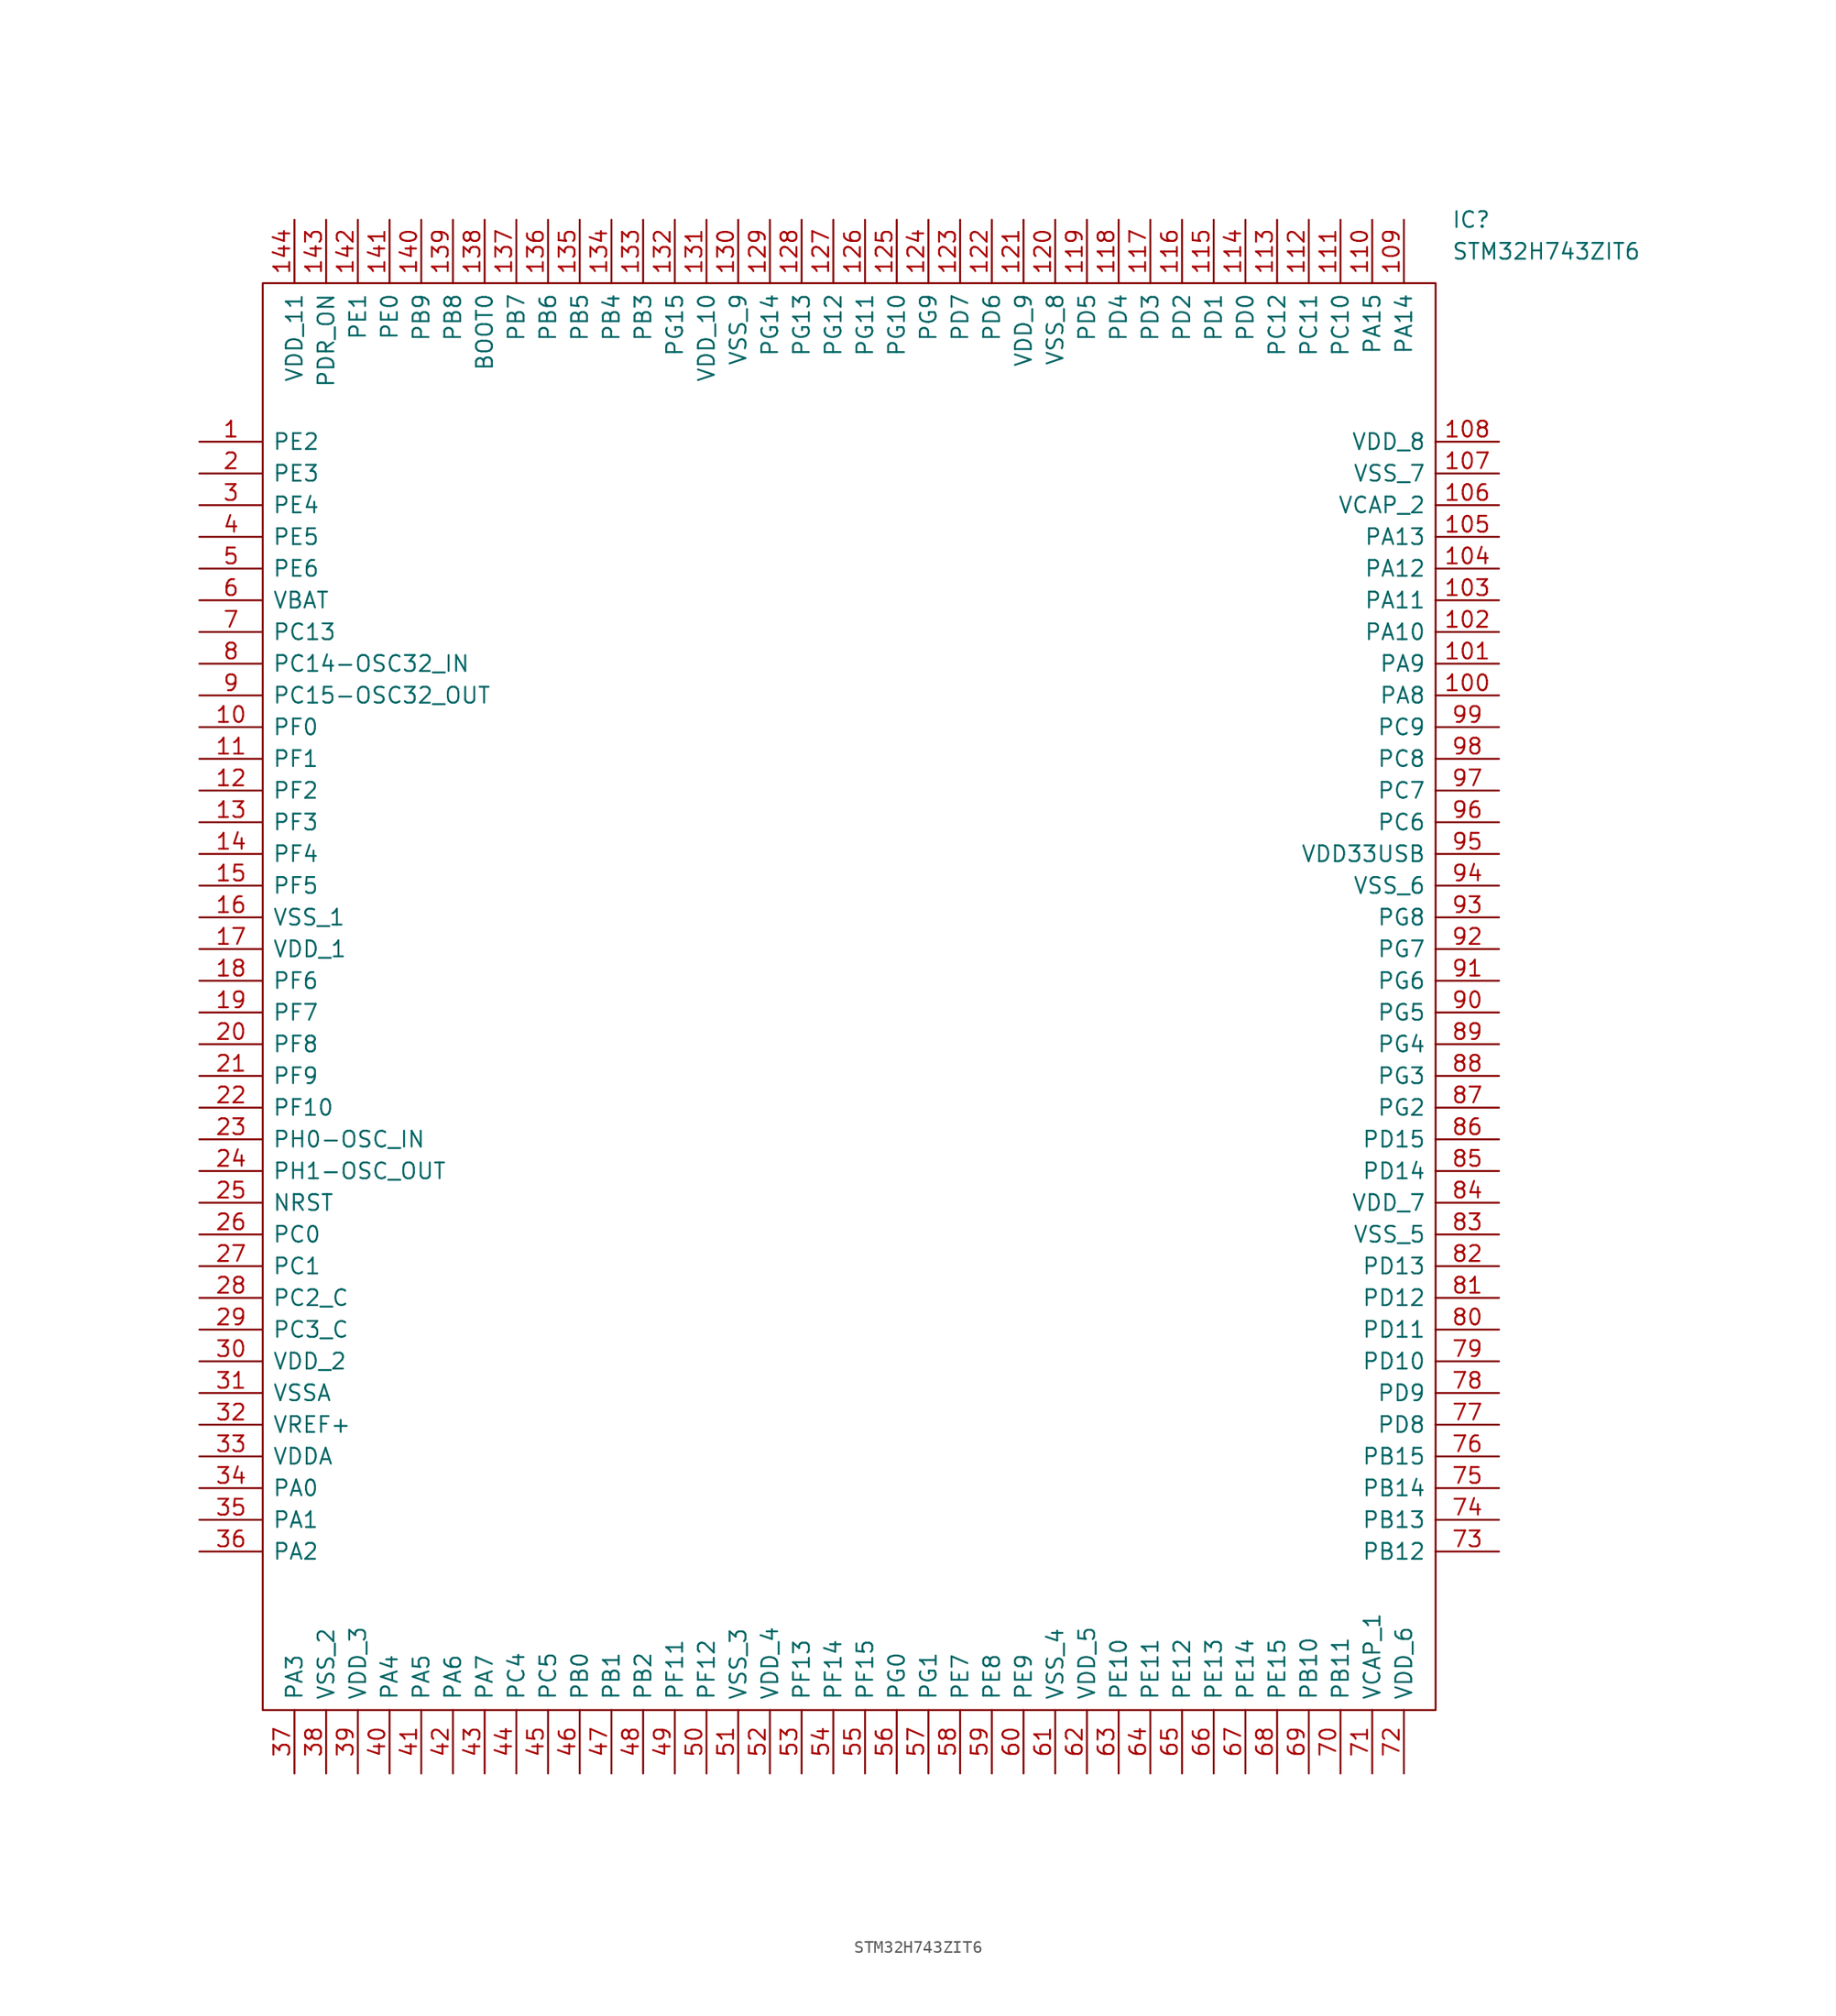
<source format=kicad_sym>
(kicad_symbol_lib
  (version 20241209)
  (generator "kicad_symbol_editor")
  (generator_version "9.0")
  (symbol "STM32H743ZIT6"
    (pin_names
      (offset 0.762))
    (property "Reference" "IC"
      (at 100.33 17.78 0)
      (effects (font (size 1.27 1.27)) (justify left)))
    (property "Value" "STM32H743ZIT6"
      (at 100.33 15.24 0)
      (effects (font (size 1.27 1.27)) (justify left)))
    (symbol "STM32H743ZIT6_0_0"
      (pin power_in line (at 0 0 0) (length 5.08) (name "PE2" (effects (font (size 1.27 1.27)))) (number "1" (effects (font (size 1.27 1.27)))))
      (pin passive line (at 0 -2.54 0) (length 5.08) (name "PE3" (effects (font (size 1.27 1.27)))) (number "2" (effects (font (size 1.27 1.27)))))
      (pin passive line (at 0 -5.08 0) (length 5.08) (name "PE4" (effects (font (size 1.27 1.27)))) (number "3" (effects (font (size 1.27 1.27)))))
      (pin passive line (at 0 -7.62 0) (length 5.08) (name "PE5" (effects (font (size 1.27 1.27)))) (number "4" (effects (font (size 1.27 1.27)))))
      (pin passive line (at 0 -10.16 0) (length 5.08) (name "PE6" (effects (font (size 1.27 1.27)))) (number "5" (effects (font (size 1.27 1.27)))))
      (pin passive line (at 0 -12.7 0) (length 5.08) (name "VBAT" (effects (font (size 1.27 1.27)))) (number "6" (effects (font (size 1.27 1.27)))))
      (pin passive line (at 0 -15.24 0) (length 5.08) (name "PC13" (effects (font (size 1.27 1.27)))) (number "7" (effects (font (size 1.27 1.27)))))
      (pin passive line (at 0 -17.78 0) (length 5.08) (name "PC14-OSC32_IN" (effects (font (size 1.27 1.27)))) (number "8" (effects (font (size 1.27 1.27)))))
      (pin passive line (at 0 -20.32 0) (length 5.08) (name "PC15-OSC32_OUT" (effects (font (size 1.27 1.27)))) (number "9" (effects (font (size 1.27 1.27)))))
      (pin passive line (at 0 -22.86 0) (length 5.08) (name "PF0" (effects (font (size 1.27 1.27)))) (number "10" (effects (font (size 1.27 1.27)))))
      (pin passive line (at 0 -25.4 0) (length 5.08) (name "PF1" (effects (font (size 1.27 1.27)))) (number "11" (effects (font (size 1.27 1.27)))))
      (pin passive line (at 0 -27.94 0) (length 5.08) (name "PF2" (effects (font (size 1.27 1.27)))) (number "12" (effects (font (size 1.27 1.27)))))
      (pin passive line (at 0 -30.48 0) (length 5.08) (name "PF3" (effects (font (size 1.27 1.27)))) (number "13" (effects (font (size 1.27 1.27)))))
      (pin passive line (at 0 -33.02 0) (length 5.08) (name "PF4" (effects (font (size 1.27 1.27)))) (number "14" (effects (font (size 1.27 1.27)))))
      (pin passive line (at 0 -35.56 0) (length 5.08) (name "PF5" (effects (font (size 1.27 1.27)))) (number "15" (effects (font (size 1.27 1.27)))))
      (pin passive line (at 0 -38.1 0) (length 5.08) (name "VSS_1" (effects (font (size 1.27 1.27)))) (number "16" (effects (font (size 1.27 1.27)))))
      (pin passive line (at 0 -40.64 0) (length 5.08) (name "VDD_1" (effects (font (size 1.27 1.27)))) (number "17" (effects (font (size 1.27 1.27)))))
      (pin passive line (at 0 -43.18 0) (length 5.08) (name "PF6" (effects (font (size 1.27 1.27)))) (number "18" (effects (font (size 1.27 1.27)))))
      (pin passive line (at 0 -45.72 0) (length 5.08) (name "PF7" (effects (font (size 1.27 1.27)))) (number "19" (effects (font (size 1.27 1.27)))))
      (pin passive line (at 0 -48.26 0) (length 5.08) (name "PF8" (effects (font (size 1.27 1.27)))) (number "20" (effects (font (size 1.27 1.27)))))
      (pin passive line (at 0 -50.8 0) (length 5.08) (name "PF9" (effects (font (size 1.27 1.27)))) (number "21" (effects (font (size 1.27 1.27)))))
      (pin passive line (at 0 -53.34 0) (length 5.08) (name "PF10" (effects (font (size 1.27 1.27)))) (number "22" (effects (font (size 1.27 1.27)))))
      (pin passive line (at 0 -55.88 0) (length 5.08) (name "PH0-OSC_IN" (effects (font (size 1.27 1.27)))) (number "23" (effects (font (size 1.27 1.27)))))
      (pin passive line (at 0 -58.42 0) (length 5.08) (name "PH1-OSC_OUT" (effects (font (size 1.27 1.27)))) (number "24" (effects (font (size 1.27 1.27)))))
      (pin passive line (at 0 -60.96 0) (length 5.08) (name "NRST" (effects (font (size 1.27 1.27)))) (number "25" (effects (font (size 1.27 1.27)))))
      (pin passive line (at 0 -63.5 0) (length 5.08) (name "PC0" (effects (font (size 1.27 1.27)))) (number "26" (effects (font (size 1.27 1.27)))))
      (pin passive line (at 0 -66.04 0) (length 5.08) (name "PC1" (effects (font (size 1.27 1.27)))) (number "27" (effects (font (size 1.27 1.27)))))
      (pin passive line (at 0 -68.58 0) (length 5.08) (name "PC2_C" (effects (font (size 1.27 1.27)))) (number "28" (effects (font (size 1.27 1.27)))))
      (pin passive line (at 0 -71.12 0) (length 5.08) (name "PC3_C" (effects (font (size 1.27 1.27)))) (number "29" (effects (font (size 1.27 1.27)))))
      (pin passive line (at 0 -73.66 0) (length 5.08) (name "VDD_2" (effects (font (size 1.27 1.27)))) (number "30" (effects (font (size 1.27 1.27)))))
      (pin passive line (at 0 -76.2 0) (length 5.08) (name "VSSA" (effects (font (size 1.27 1.27)))) (number "31" (effects (font (size 1.27 1.27)))))
      (pin passive line (at 0 -78.74 0) (length 5.08) (name "VREF+" (effects (font (size 1.27 1.27)))) (number "32" (effects (font (size 1.27 1.27)))))
      (pin passive line (at 0 -81.28 0) (length 5.08) (name "VDDA" (effects (font (size 1.27 1.27)))) (number "33" (effects (font (size 1.27 1.27)))))
      (pin passive line (at 0 -83.82 0) (length 5.08) (name "PA0" (effects (font (size 1.27 1.27)))) (number "34" (effects (font (size 1.27 1.27)))))
      (pin passive line (at 0 -86.36 0) (length 5.08) (name "PA1" (effects (font (size 1.27 1.27)))) (number "35" (effects (font (size 1.27 1.27)))))
      (pin passive line (at 0 -88.9 0) (length 5.08) (name "PA2" (effects (font (size 1.27 1.27)))) (number "36" (effects (font (size 1.27 1.27)))))
      (pin passive line (at 7.62 17.78 270) (length 5.08) (name "VDD_11" (effects (font (size 1.27 1.27)))) (number "144" (effects (font (size 1.27 1.27)))))
      (pin passive line (at 7.62 -106.68 90) (length 5.08) (name "PA3" (effects (font (size 1.27 1.27)))) (number "37" (effects (font (size 1.27 1.27)))))
      (pin passive line (at 10.16 17.78 270) (length 5.08) (name "PDR_ON" (effects (font (size 1.27 1.27)))) (number "143" (effects (font (size 1.27 1.27)))))
      (pin passive line (at 10.16 -106.68 90) (length 5.08) (name "VSS_2" (effects (font (size 1.27 1.27)))) (number "38" (effects (font (size 1.27 1.27)))))
      (pin passive line (at 12.7 17.78 270) (length 5.08) (name "PE1" (effects (font (size 1.27 1.27)))) (number "142" (effects (font (size 1.27 1.27)))))
      (pin passive line (at 12.7 -106.68 90) (length 5.08) (name "VDD_3" (effects (font (size 1.27 1.27)))) (number "39" (effects (font (size 1.27 1.27)))))
      (pin passive line (at 15.24 17.78 270) (length 5.08) (name "PE0" (effects (font (size 1.27 1.27)))) (number "141" (effects (font (size 1.27 1.27)))))
      (pin passive line (at 15.24 -106.68 90) (length 5.08) (name "PA4" (effects (font (size 1.27 1.27)))) (number "40" (effects (font (size 1.27 1.27)))))
      (pin passive line (at 17.78 17.78 270) (length 5.08) (name "PB9" (effects (font (size 1.27 1.27)))) (number "140" (effects (font (size 1.27 1.27)))))
      (pin passive line (at 17.78 -106.68 90) (length 5.08) (name "PA5" (effects (font (size 1.27 1.27)))) (number "41" (effects (font (size 1.27 1.27)))))
      (pin passive line (at 20.32 17.78 270) (length 5.08) (name "PB8" (effects (font (size 1.27 1.27)))) (number "139" (effects (font (size 1.27 1.27)))))
      (pin passive line (at 20.32 -106.68 90) (length 5.08) (name "PA6" (effects (font (size 1.27 1.27)))) (number "42" (effects (font (size 1.27 1.27)))))
      (pin passive line (at 22.86 17.78 270) (length 5.08) (name "BOOT0" (effects (font (size 1.27 1.27)))) (number "138" (effects (font (size 1.27 1.27)))))
      (pin passive line (at 22.86 -106.68 90) (length 5.08) (name "PA7" (effects (font (size 1.27 1.27)))) (number "43" (effects (font (size 1.27 1.27)))))
      (pin passive line (at 25.4 17.78 270) (length 5.08) (name "PB7" (effects (font (size 1.27 1.27)))) (number "137" (effects (font (size 1.27 1.27)))))
      (pin passive line (at 25.4 -106.68 90) (length 5.08) (name "PC4" (effects (font (size 1.27 1.27)))) (number "44" (effects (font (size 1.27 1.27)))))
      (pin passive line (at 27.94 17.78 270) (length 5.08) (name "PB6" (effects (font (size 1.27 1.27)))) (number "136" (effects (font (size 1.27 1.27)))))
      (pin passive line (at 27.94 -106.68 90) (length 5.08) (name "PC5" (effects (font (size 1.27 1.27)))) (number "45" (effects (font (size 1.27 1.27)))))
      (pin passive line (at 30.48 17.78 270) (length 5.08) (name "PB5" (effects (font (size 1.27 1.27)))) (number "135" (effects (font (size 1.27 1.27)))))
      (pin passive line (at 30.48 -106.68 90) (length 5.08) (name "PB0" (effects (font (size 1.27 1.27)))) (number "46" (effects (font (size 1.27 1.27)))))
      (pin passive line (at 33.02 17.78 270) (length 5.08) (name "PB4" (effects (font (size 1.27 1.27)))) (number "134" (effects (font (size 1.27 1.27)))))
      (pin passive line (at 33.02 -106.68 90) (length 5.08) (name "PB1" (effects (font (size 1.27 1.27)))) (number "47" (effects (font (size 1.27 1.27)))))
      (pin passive line (at 35.56 17.78 270) (length 5.08) (name "PB3" (effects (font (size 1.27 1.27)))) (number "133" (effects (font (size 1.27 1.27)))))
      (pin passive line (at 35.56 -106.68 90) (length 5.08) (name "PB2" (effects (font (size 1.27 1.27)))) (number "48" (effects (font (size 1.27 1.27)))))
      (pin passive line (at 38.1 17.78 270) (length 5.08) (name "PG15" (effects (font (size 1.27 1.27)))) (number "132" (effects (font (size 1.27 1.27)))))
      (pin passive line (at 38.1 -106.68 90) (length 5.08) (name "PF11" (effects (font (size 1.27 1.27)))) (number "49" (effects (font (size 1.27 1.27)))))
      (pin passive line (at 40.64 17.78 270) (length 5.08) (name "VDD_10" (effects (font (size 1.27 1.27)))) (number "131" (effects (font (size 1.27 1.27)))))
      (pin passive line (at 40.64 -106.68 90) (length 5.08) (name "PF12" (effects (font (size 1.27 1.27)))) (number "50" (effects (font (size 1.27 1.27)))))
      (pin passive line (at 43.18 17.78 270) (length 5.08) (name "VSS_9" (effects (font (size 1.27 1.27)))) (number "130" (effects (font (size 1.27 1.27)))))
      (pin passive line (at 43.18 -106.68 90) (length 5.08) (name "VSS_3" (effects (font (size 1.27 1.27)))) (number "51" (effects (font (size 1.27 1.27)))))
      (pin passive line (at 45.72 17.78 270) (length 5.08) (name "PG14" (effects (font (size 1.27 1.27)))) (number "129" (effects (font (size 1.27 1.27)))))
      (pin passive line (at 45.72 -106.68 90) (length 5.08) (name "VDD_4" (effects (font (size 1.27 1.27)))) (number "52" (effects (font (size 1.27 1.27)))))
      (pin passive line (at 48.26 17.78 270) (length 5.08) (name "PG13" (effects (font (size 1.27 1.27)))) (number "128" (effects (font (size 1.27 1.27)))))
      (pin passive line (at 48.26 -106.68 90) (length 5.08) (name "PF13" (effects (font (size 1.27 1.27)))) (number "53" (effects (font (size 1.27 1.27)))))
      (pin passive line (at 50.8 17.78 270) (length 5.08) (name "PG12" (effects (font (size 1.27 1.27)))) (number "127" (effects (font (size 1.27 1.27)))))
      (pin passive line (at 50.8 -106.68 90) (length 5.08) (name "PF14" (effects (font (size 1.27 1.27)))) (number "54" (effects (font (size 1.27 1.27)))))
      (pin passive line (at 53.34 17.78 270) (length 5.08) (name "PG11" (effects (font (size 1.27 1.27)))) (number "126" (effects (font (size 1.27 1.27)))))
      (pin passive line (at 53.34 -106.68 90) (length 5.08) (name "PF15" (effects (font (size 1.27 1.27)))) (number "55" (effects (font (size 1.27 1.27)))))
      (pin passive line (at 55.88 17.78 270) (length 5.08) (name "PG10" (effects (font (size 1.27 1.27)))) (number "125" (effects (font (size 1.27 1.27)))))
      (pin passive line (at 55.88 -106.68 90) (length 5.08) (name "PG0" (effects (font (size 1.27 1.27)))) (number "56" (effects (font (size 1.27 1.27)))))
      (pin passive line (at 58.42 17.78 270) (length 5.08) (name "PG9" (effects (font (size 1.27 1.27)))) (number "124" (effects (font (size 1.27 1.27)))))
      (pin passive line (at 58.42 -106.68 90) (length 5.08) (name "PG1" (effects (font (size 1.27 1.27)))) (number "57" (effects (font (size 1.27 1.27)))))
      (pin passive line (at 60.96 17.78 270) (length 5.08) (name "PD7" (effects (font (size 1.27 1.27)))) (number "123" (effects (font (size 1.27 1.27)))))
      (pin passive line (at 60.96 -106.68 90) (length 5.08) (name "PE7" (effects (font (size 1.27 1.27)))) (number "58" (effects (font (size 1.27 1.27)))))
      (pin passive line (at 63.5 17.78 270) (length 5.08) (name "PD6" (effects (font (size 1.27 1.27)))) (number "122" (effects (font (size 1.27 1.27)))))
      (pin passive line (at 63.5 -106.68 90) (length 5.08) (name "PE8" (effects (font (size 1.27 1.27)))) (number "59" (effects (font (size 1.27 1.27)))))
      (pin passive line (at 66.04 17.78 270) (length 5.08) (name "VDD_9" (effects (font (size 1.27 1.27)))) (number "121" (effects (font (size 1.27 1.27)))))
      (pin passive line (at 66.04 -106.68 90) (length 5.08) (name "PE9" (effects (font (size 1.27 1.27)))) (number "60" (effects (font (size 1.27 1.27)))))
      (pin passive line (at 68.58 17.78 270) (length 5.08) (name "VSS_8" (effects (font (size 1.27 1.27)))) (number "120" (effects (font (size 1.27 1.27)))))
      (pin passive line (at 68.58 -106.68 90) (length 5.08) (name "VSS_4" (effects (font (size 1.27 1.27)))) (number "61" (effects (font (size 1.27 1.27)))))
      (pin passive line (at 71.12 17.78 270) (length 5.08) (name "PD5" (effects (font (size 1.27 1.27)))) (number "119" (effects (font (size 1.27 1.27)))))
      (pin passive line (at 71.12 -106.68 90) (length 5.08) (name "VDD_5" (effects (font (size 1.27 1.27)))) (number "62" (effects (font (size 1.27 1.27)))))
      (pin passive line (at 73.66 17.78 270) (length 5.08) (name "PD4" (effects (font (size 1.27 1.27)))) (number "118" (effects (font (size 1.27 1.27)))))
      (pin passive line (at 73.66 -106.68 90) (length 5.08) (name "PE10" (effects (font (size 1.27 1.27)))) (number "63" (effects (font (size 1.27 1.27)))))
      (pin passive line (at 76.2 17.78 270) (length 5.08) (name "PD3" (effects (font (size 1.27 1.27)))) (number "117" (effects (font (size 1.27 1.27)))))
      (pin passive line (at 76.2 -106.68 90) (length 5.08) (name "PE11" (effects (font (size 1.27 1.27)))) (number "64" (effects (font (size 1.27 1.27)))))
      (pin passive line (at 78.74 17.78 270) (length 5.08) (name "PD2" (effects (font (size 1.27 1.27)))) (number "116" (effects (font (size 1.27 1.27)))))
      (pin passive line (at 78.74 -106.68 90) (length 5.08) (name "PE12" (effects (font (size 1.27 1.27)))) (number "65" (effects (font (size 1.27 1.27)))))
      (pin passive line (at 81.28 17.78 270) (length 5.08) (name "PD1" (effects (font (size 1.27 1.27)))) (number "115" (effects (font (size 1.27 1.27)))))
      (pin passive line (at 81.28 -106.68 90) (length 5.08) (name "PE13" (effects (font (size 1.27 1.27)))) (number "66" (effects (font (size 1.27 1.27)))))
      (pin passive line (at 83.82 17.78 270) (length 5.08) (name "PD0" (effects (font (size 1.27 1.27)))) (number "114" (effects (font (size 1.27 1.27)))))
      (pin passive line (at 83.82 -106.68 90) (length 5.08) (name "PE14" (effects (font (size 1.27 1.27)))) (number "67" (effects (font (size 1.27 1.27)))))
      (pin passive line (at 86.36 17.78 270) (length 5.08) (name "PC12" (effects (font (size 1.27 1.27)))) (number "113" (effects (font (size 1.27 1.27)))))
      (pin passive line (at 86.36 -106.68 90) (length 5.08) (name "PE15" (effects (font (size 1.27 1.27)))) (number "68" (effects (font (size 1.27 1.27)))))
      (pin passive line (at 88.9 17.78 270) (length 5.08) (name "PC11" (effects (font (size 1.27 1.27)))) (number "112" (effects (font (size 1.27 1.27)))))
      (pin passive line (at 88.9 -106.68 90) (length 5.08) (name "PB10" (effects (font (size 1.27 1.27)))) (number "69" (effects (font (size 1.27 1.27)))))
      (pin passive line (at 91.44 17.78 270) (length 5.08) (name "PC10" (effects (font (size 1.27 1.27)))) (number "111" (effects (font (size 1.27 1.27)))))
      (pin passive line (at 91.44 -106.68 90) (length 5.08) (name "PB11" (effects (font (size 1.27 1.27)))) (number "70" (effects (font (size 1.27 1.27)))))
      (pin passive line (at 93.98 17.78 270) (length 5.08) (name "PA15" (effects (font (size 1.27 1.27)))) (number "110" (effects (font (size 1.27 1.27)))))
      (pin passive line (at 93.98 -106.68 90) (length 5.08) (name "VCAP_1" (effects (font (size 1.27 1.27)))) (number "71" (effects (font (size 1.27 1.27)))))
      (pin passive line (at 96.52 17.78 270) (length 5.08) (name "PA14" (effects (font (size 1.27 1.27)))) (number "109" (effects (font (size 1.27 1.27)))))
      (pin passive line (at 96.52 -106.68 90) (length 5.08) (name "VDD_6" (effects (font (size 1.27 1.27)))) (number "72" (effects (font (size 1.27 1.27)))))
      (pin passive line (at 104.14 0 180) (length 5.08) (name "VDD_8" (effects (font (size 1.27 1.27)))) (number "108" (effects (font (size 1.27 1.27)))))
      (pin passive line (at 104.14 -2.54 180) (length 5.08) (name "VSS_7" (effects (font (size 1.27 1.27)))) (number "107" (effects (font (size 1.27 1.27)))))
      (pin passive line (at 104.14 -5.08 180) (length 5.08) (name "VCAP_2" (effects (font (size 1.27 1.27)))) (number "106" (effects (font (size 1.27 1.27)))))
      (pin passive line (at 104.14 -7.62 180) (length 5.08) (name "PA13" (effects (font (size 1.27 1.27)))) (number "105" (effects (font (size 1.27 1.27)))))
      (pin passive line (at 104.14 -10.16 180) (length 5.08) (name "PA12" (effects (font (size 1.27 1.27)))) (number "104" (effects (font (size 1.27 1.27)))))
      (pin passive line (at 104.14 -12.7 180) (length 5.08) (name "PA11" (effects (font (size 1.27 1.27)))) (number "103" (effects (font (size 1.27 1.27)))))
      (pin passive line (at 104.14 -15.24 180) (length 5.08) (name "PA10" (effects (font (size 1.27 1.27)))) (number "102" (effects (font (size 1.27 1.27)))))
      (pin passive line (at 104.14 -17.78 180) (length 5.08) (name "PA9" (effects (font (size 1.27 1.27)))) (number "101" (effects (font (size 1.27 1.27)))))
      (pin passive line (at 104.14 -20.32 180) (length 5.08) (name "PA8" (effects (font (size 1.27 1.27)))) (number "100" (effects (font (size 1.27 1.27)))))
      (pin passive line (at 104.14 -22.86 180) (length 5.08) (name "PC9" (effects (font (size 1.27 1.27)))) (number "99" (effects (font (size 1.27 1.27)))))
      (pin passive line (at 104.14 -25.4 180) (length 5.08) (name "PC8" (effects (font (size 1.27 1.27)))) (number "98" (effects (font (size 1.27 1.27)))))
      (pin passive line (at 104.14 -27.94 180) (length 5.08) (name "PC7" (effects (font (size 1.27 1.27)))) (number "97" (effects (font (size 1.27 1.27)))))
      (pin passive line (at 104.14 -30.48 180) (length 5.08) (name "PC6" (effects (font (size 1.27 1.27)))) (number "96" (effects (font (size 1.27 1.27)))))
      (pin passive line (at 104.14 -33.02 180) (length 5.08) (name "VDD33USB" (effects (font (size 1.27 1.27)))) (number "95" (effects (font (size 1.27 1.27)))))
      (pin passive line (at 104.14 -35.56 180) (length 5.08) (name "VSS_6" (effects (font (size 1.27 1.27)))) (number "94" (effects (font (size 1.27 1.27)))))
      (pin passive line (at 104.14 -38.1 180) (length 5.08) (name "PG8" (effects (font (size 1.27 1.27)))) (number "93" (effects (font (size 1.27 1.27)))))
      (pin passive line (at 104.14 -40.64 180) (length 5.08) (name "PG7" (effects (font (size 1.27 1.27)))) (number "92" (effects (font (size 1.27 1.27)))))
      (pin passive line (at 104.14 -43.18 180) (length 5.08) (name "PG6" (effects (font (size 1.27 1.27)))) (number "91" (effects (font (size 1.27 1.27)))))
      (pin passive line (at 104.14 -45.72 180) (length 5.08) (name "PG5" (effects (font (size 1.27 1.27)))) (number "90" (effects (font (size 1.27 1.27)))))
      (pin passive line (at 104.14 -48.26 180) (length 5.08) (name "PG4" (effects (font (size 1.27 1.27)))) (number "89" (effects (font (size 1.27 1.27)))))
      (pin passive line (at 104.14 -50.8 180) (length 5.08) (name "PG3" (effects (font (size 1.27 1.27)))) (number "88" (effects (font (size 1.27 1.27)))))
      (pin passive line (at 104.14 -53.34 180) (length 5.08) (name "PG2" (effects (font (size 1.27 1.27)))) (number "87" (effects (font (size 1.27 1.27)))))
      (pin passive line (at 104.14 -55.88 180) (length 5.08) (name "PD15" (effects (font (size 1.27 1.27)))) (number "86" (effects (font (size 1.27 1.27)))))
      (pin passive line (at 104.14 -58.42 180) (length 5.08) (name "PD14" (effects (font (size 1.27 1.27)))) (number "85" (effects (font (size 1.27 1.27)))))
      (pin passive line (at 104.14 -60.96 180) (length 5.08) (name "VDD_7" (effects (font (size 1.27 1.27)))) (number "84" (effects (font (size 1.27 1.27)))))
      (pin passive line (at 104.14 -63.5 180) (length 5.08) (name "VSS_5" (effects (font (size 1.27 1.27)))) (number "83" (effects (font (size 1.27 1.27)))))
      (pin passive line (at 104.14 -66.04 180) (length 5.08) (name "PD13" (effects (font (size 1.27 1.27)))) (number "82" (effects (font (size 1.27 1.27)))))
      (pin passive line (at 104.14 -68.58 180) (length 5.08) (name "PD12" (effects (font (size 1.27 1.27)))) (number "81" (effects (font (size 1.27 1.27)))))
      (pin passive line (at 104.14 -71.12 180) (length 5.08) (name "PD11" (effects (font (size 1.27 1.27)))) (number "80" (effects (font (size 1.27 1.27)))))
      (pin passive line (at 104.14 -73.66 180) (length 5.08) (name "PD10" (effects (font (size 1.27 1.27)))) (number "79" (effects (font (size 1.27 1.27)))))
      (pin passive line (at 104.14 -76.2 180) (length 5.08) (name "PD9" (effects (font (size 1.27 1.27)))) (number "78" (effects (font (size 1.27 1.27)))))
      (pin passive line (at 104.14 -78.74 180) (length 5.08) (name "PD8" (effects (font (size 1.27 1.27)))) (number "77" (effects (font (size 1.27 1.27)))))
      (pin passive line (at 104.14 -81.28 180) (length 5.08) (name "PB15" (effects (font (size 1.27 1.27)))) (number "76" (effects (font (size 1.27 1.27)))))
      (pin passive line (at 104.14 -83.82 180) (length 5.08) (name "PB14" (effects (font (size 1.27 1.27)))) (number "75" (effects (font (size 1.27 1.27)))))
      (pin passive line (at 104.14 -86.36 180) (length 5.08) (name "PB13" (effects (font (size 1.27 1.27)))) (number "74" (effects (font (size 1.27 1.27)))))
      (pin passive line (at 104.14 -88.9 180) (length 5.08) (name "PB12" (effects (font (size 1.27 1.27)))) (number "73" (effects (font (size 1.27 1.27))))))
    (symbol "STM32H743ZIT6_0_1"
      (polyline (pts (xy 5.08 12.7) (xy 99.06 12.7) (xy 99.06 -101.6) (xy 5.08 -101.6) (xy 5.08 12.7)) (stroke (width 0.152) (type solid)) (fill (type none))))))
</source>
